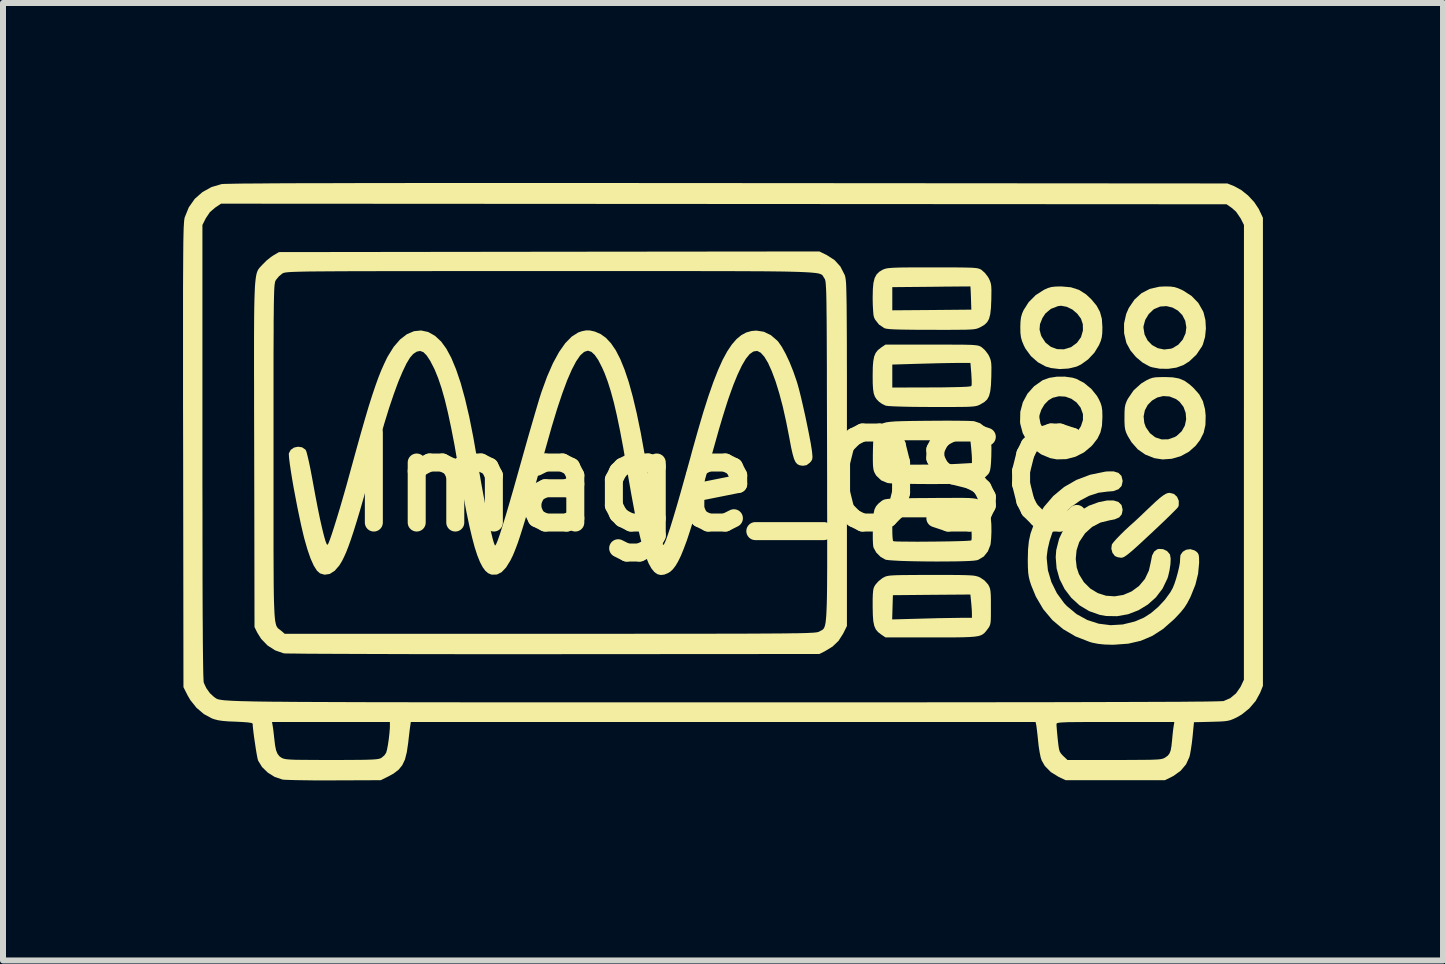
<source format=kicad_pcb>
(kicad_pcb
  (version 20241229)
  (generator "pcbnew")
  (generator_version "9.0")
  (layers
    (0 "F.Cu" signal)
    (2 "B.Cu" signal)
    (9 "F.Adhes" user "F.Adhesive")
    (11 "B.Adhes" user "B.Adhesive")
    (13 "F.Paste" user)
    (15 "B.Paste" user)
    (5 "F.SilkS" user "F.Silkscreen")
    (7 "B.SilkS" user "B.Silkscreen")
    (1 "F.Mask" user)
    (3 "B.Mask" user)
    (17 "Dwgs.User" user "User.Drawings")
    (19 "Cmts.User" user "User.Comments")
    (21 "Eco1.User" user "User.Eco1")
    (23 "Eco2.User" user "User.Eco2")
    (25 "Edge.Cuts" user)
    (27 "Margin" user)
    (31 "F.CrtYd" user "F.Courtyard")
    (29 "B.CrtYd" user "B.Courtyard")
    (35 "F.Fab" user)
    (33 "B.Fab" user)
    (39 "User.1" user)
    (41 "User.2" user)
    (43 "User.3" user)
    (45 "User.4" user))
  (footprint "Image_OSC"
    (layer "F.Cu")
    (at 9.001 4.979)
    (property "Reference" "Image_OSC" (at 0 0 0) (layer "F.SilkS") (effects (font (size 1.5 1.5) (thickness 0.3))))
    (attr board_only exclude_from_pos_files exclude_from_bom)
    (fp_poly (pts (xy 7.511 0.202) (xy 7.563 0.249) (xy 7.592 0.316) (xy 7.591 0.392) (xy 7.583 0.416) (xy 7.566 0.438) (xy 7.522 0.483) (xy 7.456 0.549) (xy 7.372 0.631) (xy 7.273 0.725) (xy 7.163 0.829) (xy 7.133 0.857) (xy 7.005 0.976) (xy 6.903 1.07) (xy 6.823 1.142) (xy 6.761 1.194) (xy 6.715 1.229) (xy 6.681 1.251) (xy 6.654 1.262) (xy 6.632 1.265) (xy 6.63 1.265) (xy 6.572 1.256) (xy 6.528 1.237) (xy 6.487 1.184) (xy 6.468 1.115) (xy 6.476 1.048) (xy 6.481 1.038) (xy 6.507 1.003) (xy 6.556 0.948) (xy 6.622 0.88) (xy 6.697 0.806) (xy 6.774 0.735) (xy 6.82 0.694) (xy 6.858 0.66) (xy 6.915 0.607) (xy 6.981 0.545) (xy 7.003 0.523) (xy 7.118 0.414) (xy 7.207 0.33) (xy 7.277 0.269) (xy 7.33 0.228) (xy 7.372 0.202) (xy 7.406 0.188) (xy 7.437 0.184) (xy 7.441 0.184)) (stroke (width 0) (type solid)) (fill yes) (layer "F.SilkS"))
    (fp_poly (pts (xy 7.452 -3.254) (xy 7.52 -3.245) (xy 7.583 -3.225) (xy 7.66 -3.19) (xy 7.661 -3.19) (xy 7.804 -3.098) (xy 7.917 -2.982) (xy 7.997 -2.841) (xy 8.005 -2.821) (xy 8.036 -2.695) (xy 8.044 -2.555) (xy 8.03 -2.415) (xy 7.994 -2.29) (xy 7.978 -2.256) (xy 7.885 -2.118) (xy 7.764 -2.005) (xy 7.668 -1.945) (xy 7.552 -1.903) (xy 7.416 -1.883) (xy 7.275 -1.885) (xy 7.146 -1.909) (xy 7.107 -1.922) (xy 6.99 -1.986) (xy 6.879 -2.079) (xy 6.786 -2.19) (xy 6.722 -2.308) (xy 6.718 -2.317) (xy 6.681 -2.475) (xy 6.68 -2.568) (xy 7.003 -2.568) (xy 7.022 -2.454) (xy 7.072 -2.356) (xy 7.147 -2.279) (xy 7.242 -2.227) (xy 7.348 -2.205) (xy 7.459 -2.218) (xy 7.487 -2.227) (xy 7.583 -2.284) (xy 7.658 -2.37) (xy 7.705 -2.475) (xy 7.718 -2.573) (xy 7.7 -2.683) (xy 7.651 -2.778) (xy 7.578 -2.853) (xy 7.487 -2.904) (xy 7.386 -2.928) (xy 7.282 -2.921) (xy 7.182 -2.879) (xy 7.17 -2.871) (xy 7.091 -2.795) (xy 7.033 -2.699) (xy 7.005 -2.596) (xy 7.003 -2.568) (xy 6.68 -2.568) (xy 6.68 -2.639) (xy 6.716 -2.799) (xy 6.758 -2.895) (xy 6.853 -3.036) (xy 6.969 -3.142) (xy 7.107 -3.214) (xy 7.266 -3.251) (xy 7.361 -3.256)) (stroke (width 0) (type solid)) (fill yes) (layer "F.SilkS"))
    (fp_poly (pts (xy 5.817 -1.736) (xy 5.885 -1.716) (xy 6.015 -1.647) (xy 6.134 -1.549) (xy 6.229 -1.431) (xy 6.262 -1.372) (xy 6.291 -1.308) (xy 6.308 -1.251) (xy 6.317 -1.185) (xy 6.319 -1.097) (xy 6.319 -1.072) (xy 6.312 -0.934) (xy 6.286 -0.822) (xy 6.238 -0.722) (xy 6.161 -0.622) (xy 6.135 -0.593) (xy 6.012 -0.49) (xy 5.87 -0.418) (xy 5.717 -0.378) (xy 5.56 -0.374) (xy 5.448 -0.395) (xy 5.3 -0.457) (xy 5.171 -0.551) (xy 5.067 -0.672) (xy 4.991 -0.813) (xy 4.95 -0.968) (xy 4.947 -0.999) (xy 4.949 -1.076) (xy 5.268 -1.076) (xy 5.287 -0.971) (xy 5.339 -0.871) (xy 5.418 -0.786) (xy 5.503 -0.733) (xy 5.567 -0.706) (xy 5.618 -0.697) (xy 5.674 -0.704) (xy 5.727 -0.717) (xy 5.821 -0.762) (xy 5.902 -0.836) (xy 5.962 -0.928) (xy 5.995 -1.03) (xy 5.995 -1.129) (xy 5.956 -1.236) (xy 5.889 -1.322) (xy 5.802 -1.384) (xy 5.701 -1.42) (xy 5.594 -1.426) (xy 5.49 -1.4) (xy 5.421 -1.359) (xy 5.353 -1.289) (xy 5.301 -1.201) (xy 5.271 -1.111) (xy 5.268 -1.076) (xy 4.949 -1.076) (xy 4.951 -1.167) (xy 4.993 -1.325) (xy 5.07 -1.468) (xy 5.179 -1.591) (xy 5.317 -1.689) (xy 5.333 -1.697) (xy 5.435 -1.733) (xy 5.56 -1.752) (xy 5.692 -1.753)) (stroke (width 0) (type solid)) (fill yes) (layer "F.SilkS"))
    (fp_poly (pts (xy 6.587 0.336) (xy 6.638 0.387) (xy 6.656 0.463) (xy 6.656 0.47) (xy 6.642 0.541) (xy 6.599 0.593) (xy 6.522 0.626) (xy 6.442 0.641) (xy 6.286 0.679) (xy 6.147 0.752) (xy 6.03 0.858) (xy 5.939 0.994) (xy 5.932 1.007) (xy 5.889 1.138) (xy 5.875 1.283) (xy 5.891 1.427) (xy 5.928 1.538) (xy 6.011 1.673) (xy 6.118 1.779) (xy 6.242 1.854) (xy 6.379 1.898) (xy 6.523 1.908) (xy 6.667 1.885) (xy 6.806 1.826) (xy 6.929 1.736) (xy 7.028 1.618) (xy 7.094 1.478) (xy 7.127 1.331) (xy 7.147 1.229) (xy 7.181 1.163) (xy 7.23 1.126) (xy 7.258 1.118) (xy 7.33 1.122) (xy 7.396 1.153) (xy 7.441 1.205) (xy 7.447 1.218) (xy 7.457 1.282) (xy 7.453 1.372) (xy 7.438 1.474) (xy 7.414 1.576) (xy 7.402 1.612) (xy 7.322 1.779) (xy 7.211 1.925) (xy 7.075 2.046) (xy 6.918 2.141) (xy 6.746 2.207) (xy 6.565 2.239) (xy 6.38 2.236) (xy 6.275 2.217) (xy 6.097 2.154) (xy 5.938 2.058) (xy 5.801 1.933) (xy 5.689 1.786) (xy 5.606 1.621) (xy 5.556 1.443) (xy 5.541 1.256) (xy 5.55 1.137) (xy 5.598 0.948) (xy 5.68 0.775) (xy 5.793 0.623) (xy 5.932 0.496) (xy 6.094 0.398) (xy 6.259 0.338) (xy 6.397 0.311) (xy 6.507 0.311)) (stroke (width 0) (type solid)) (fill yes) (layer "F.SilkS"))
    (fp_poly (pts (xy 7.492 -1.741) (xy 7.596 -1.722) (xy 7.685 -1.685) (xy 7.77 -1.625) (xy 7.837 -1.565) (xy 7.932 -1.458) (xy 7.994 -1.343) (xy 8.029 -1.211) (xy 8.04 -1.103) (xy 8.036 -0.947) (xy 8.006 -0.815) (xy 7.945 -0.695) (xy 7.873 -0.601) (xy 7.76 -0.501) (xy 7.624 -0.427) (xy 7.475 -0.384) (xy 7.322 -0.373) (xy 7.186 -0.394) (xy 7.034 -0.454) (xy 6.909 -0.541) (xy 6.804 -0.66) (xy 6.742 -0.763) (xy 6.716 -0.817) (xy 6.7 -0.866) (xy 6.691 -0.923) (xy 6.687 -1.001) (xy 6.687 -1.072) (xy 6.687 -1.091) (xy 7.006 -1.091) (xy 7.017 -0.982) (xy 7.043 -0.91) (xy 7.112 -0.81) (xy 7.201 -0.741) (xy 7.305 -0.707) (xy 7.415 -0.708) (xy 7.526 -0.747) (xy 7.559 -0.767) (xy 7.641 -0.843) (xy 7.693 -0.937) (xy 7.715 -1.042) (xy 7.707 -1.149) (xy 7.67 -1.25) (xy 7.604 -1.335) (xy 7.546 -1.379) (xy 7.438 -1.422) (xy 7.332 -1.429) (xy 7.233 -1.405) (xy 7.146 -1.354) (xy 7.075 -1.282) (xy 7.027 -1.193) (xy 7.006 -1.091) (xy 6.687 -1.091) (xy 6.688 -1.17) (xy 6.693 -1.24) (xy 6.704 -1.293) (xy 6.723 -1.343) (xy 6.743 -1.383) (xy 6.839 -1.524) (xy 6.964 -1.637) (xy 7.05 -1.69) (xy 7.104 -1.716) (xy 7.154 -1.733) (xy 7.21 -1.742) (xy 7.287 -1.745) (xy 7.361 -1.746)) (stroke (width 0) (type solid)) (fill yes) (layer "F.SilkS"))
    (fp_poly (pts (xy 5.793 -3.242) (xy 5.928 -3.199) (xy 6.048 -3.123) (xy 6.135 -3.041) (xy 6.223 -2.935) (xy 6.279 -2.831) (xy 6.31 -2.717) (xy 6.319 -2.579) (xy 6.319 -2.573) (xy 6.317 -2.477) (xy 6.308 -2.405) (xy 6.29 -2.342) (xy 6.262 -2.277) (xy 6.185 -2.151) (xy 6.082 -2.041) (xy 5.964 -1.956) (xy 5.889 -1.92) (xy 5.755 -1.888) (xy 5.608 -1.879) (xy 5.464 -1.896) (xy 5.376 -1.921) (xy 5.245 -1.992) (xy 5.129 -2.094) (xy 5.037 -2.219) (xy 5.011 -2.27) (xy 4.98 -2.344) (xy 4.962 -2.409) (xy 4.953 -2.482) (xy 4.952 -2.537) (xy 5.272 -2.537) (xy 5.295 -2.446) (xy 5.306 -2.42) (xy 5.372 -2.319) (xy 5.461 -2.249) (xy 5.565 -2.211) (xy 5.678 -2.208) (xy 5.791 -2.242) (xy 5.798 -2.245) (xy 5.896 -2.317) (xy 5.963 -2.411) (xy 5.995 -2.523) (xy 5.993 -2.626) (xy 5.962 -2.719) (xy 5.9 -2.802) (xy 5.819 -2.871) (xy 5.726 -2.916) (xy 5.632 -2.934) (xy 5.58 -2.928) (xy 5.461 -2.882) (xy 5.369 -2.805) (xy 5.319 -2.728) (xy 5.279 -2.627) (xy 5.272 -2.537) (xy 4.952 -2.537) (xy 4.951 -2.573) (xy 4.954 -2.669) (xy 4.963 -2.741) (xy 4.981 -2.804) (xy 5.005 -2.859) (xy 5.09 -2.993) (xy 5.206 -3.11) (xy 5.344 -3.199) (xy 5.348 -3.201) (xy 5.413 -3.23) (xy 5.473 -3.247) (xy 5.542 -3.254) (xy 5.635 -3.256)) (stroke (width 0) (type solid)) (fill yes) (layer "F.SilkS"))
    (fp_poly (pts (xy 3.878 -1.018) (xy 4 -1.017) (xy 4.096 -1.015) (xy 4.161 -1.012) (xy 4.182 -1.01) (xy 4.28 -0.977) (xy 4.365 -0.912) (xy 4.428 -0.824) (xy 4.451 -0.766) (xy 4.464 -0.685) (xy 4.47 -0.567) (xy 4.468 -0.429) (xy 4.463 -0.32) (xy 4.456 -0.243) (xy 4.447 -0.19) (xy 4.433 -0.152) (xy 4.418 -0.129) (xy 4.329 -0.04) (xy 4.222 0.013) (xy 4.194 0.021) (xy 4.153 0.025) (xy 4.076 0.029) (xy 3.972 0.032) (xy 3.845 0.035) (xy 3.702 0.036) (xy 3.55 0.037) (xy 3.395 0.037) (xy 3.242 0.036) (xy 3.099 0.034) (xy 2.971 0.032) (xy 2.864 0.029) (xy 2.785 0.025) (xy 2.741 0.02) (xy 2.739 0.02) (xy 2.634 -0.024) (xy 2.553 -0.1) (xy 2.526 -0.144) (xy 2.511 -0.178) (xy 2.502 -0.219) (xy 2.496 -0.274) (xy 2.494 -0.351) (xy 2.494 -0.458) (xy 2.495 -0.489) (xy 2.818 -0.489) (xy 2.818 -0.286) (xy 3.233 -0.286) (xy 3.38 -0.287) (xy 3.533 -0.289) (xy 3.68 -0.292) (xy 3.808 -0.295) (xy 3.897 -0.299) (xy 4.145 -0.313) (xy 4.145 -0.378) (xy 4.143 -0.435) (xy 4.137 -0.512) (xy 4.132 -0.568) (xy 4.119 -0.693) (xy 3.468 -0.693) (xy 2.818 -0.693) (xy 2.818 -0.489) (xy 2.495 -0.489) (xy 2.495 -0.51) (xy 2.498 -0.628) (xy 2.502 -0.712) (xy 2.508 -0.772) (xy 2.517 -0.813) (xy 2.53 -0.845) (xy 2.549 -0.873) (xy 2.575 -0.908) (xy 2.6 -0.937) (xy 2.629 -0.96) (xy 2.667 -0.977) (xy 2.716 -0.991) (xy 2.783 -1) (xy 2.871 -1.007) (xy 2.984 -1.011) (xy 3.128 -1.014) (xy 3.305 -1.016) (xy 3.41 -1.017) (xy 3.577 -1.018) (xy 3.735 -1.019)) (stroke (width 0) (type solid)) (fill yes) (layer "F.SilkS"))
    (fp_poly (pts (xy 3.67 -2.287) (xy 3.831 -2.286) (xy 3.959 -2.286) (xy 4.059 -2.284) (xy 4.135 -2.282) (xy 4.191 -2.278) (xy 4.231 -2.273) (xy 4.26 -2.267) (xy 4.281 -2.258) (xy 4.3 -2.248) (xy 4.31 -2.241) (xy 4.362 -2.194) (xy 4.412 -2.129) (xy 4.427 -2.103) (xy 4.446 -2.062) (xy 4.459 -2.022) (xy 4.467 -1.974) (xy 4.47 -1.91) (xy 4.469 -1.82) (xy 4.468 -1.746) (xy 4.462 -1.609) (xy 4.45 -1.506) (xy 4.43 -1.43) (xy 4.399 -1.373) (xy 4.353 -1.33) (xy 4.29 -1.293) (xy 4.288 -1.291) (xy 4.263 -1.279) (xy 4.238 -1.269) (xy 4.208 -1.262) (xy 4.169 -1.256) (xy 4.117 -1.252) (xy 4.047 -1.249) (xy 3.954 -1.248) (xy 3.834 -1.247) (xy 3.683 -1.247) (xy 3.495 -1.247) (xy 3.482 -1.247) (xy 3.279 -1.248) (xy 3.102 -1.25) (xy 2.953 -1.254) (xy 2.836 -1.258) (xy 2.754 -1.263) (xy 2.709 -1.269) (xy 2.705 -1.27) (xy 2.643 -1.301) (xy 2.596 -1.335) (xy 2.556 -1.376) (xy 2.528 -1.419) (xy 2.509 -1.472) (xy 2.498 -1.543) (xy 2.492 -1.64) (xy 2.491 -1.767) (xy 2.493 -1.906) (xy 2.496 -1.954) (xy 2.818 -1.954) (xy 2.818 -1.762) (xy 2.818 -1.571) (xy 3.471 -1.573) (xy 3.662 -1.574) (xy 3.824 -1.577) (xy 3.955 -1.58) (xy 4.052 -1.584) (xy 4.114 -1.59) (xy 4.136 -1.596) (xy 4.141 -1.624) (xy 4.141 -1.682) (xy 4.137 -1.76) (xy 4.135 -1.798) (xy 4.12 -1.981) (xy 3.901 -1.981) (xy 3.811 -1.98) (xy 3.69 -1.978) (xy 3.55 -1.975) (xy 3.401 -1.971) (xy 3.255 -1.967) (xy 3.25 -1.967) (xy 2.818 -1.954) (xy 2.496 -1.954) (xy 2.501 -2.011) (xy 2.516 -2.089) (xy 2.541 -2.148) (xy 2.577 -2.194) (xy 2.628 -2.234) (xy 2.631 -2.237) (xy 2.705 -2.287) (xy 3.473 -2.287)) (stroke (width 0) (type solid)) (fill yes) (layer "F.SilkS"))
    (fp_poly (pts (xy 3.661 1.552) (xy 3.817 1.552) (xy 3.94 1.553) (xy 4.036 1.555) (xy 4.109 1.558) (xy 4.164 1.562) (xy 4.204 1.568) (xy 4.235 1.576) (xy 4.261 1.585) (xy 4.281 1.594) (xy 4.355 1.644) (xy 4.413 1.709) (xy 4.415 1.711) (xy 4.433 1.744) (xy 4.446 1.778) (xy 4.454 1.821) (xy 4.459 1.88) (xy 4.461 1.965) (xy 4.461 2.083) (xy 4.461 2.084) (xy 4.461 2.2) (xy 4.46 2.283) (xy 4.456 2.341) (xy 4.448 2.381) (xy 4.435 2.412) (xy 4.417 2.44) (xy 4.404 2.457) (xy 4.378 2.491) (xy 4.354 2.518) (xy 4.327 2.54) (xy 4.293 2.558) (xy 4.248 2.571) (xy 4.188 2.58) (xy 4.109 2.586) (xy 4.007 2.59) (xy 3.878 2.592) (xy 3.716 2.593) (xy 3.519 2.593) (xy 3.467 2.593) (xy 2.705 2.593) (xy 2.631 2.543) (xy 2.58 2.503) (xy 2.543 2.459) (xy 2.518 2.402) (xy 2.502 2.326) (xy 2.499 2.293) (xy 2.816 2.293) (xy 3.292 2.28) (xy 3.441 2.276) (xy 3.588 2.272) (xy 3.726 2.27) (xy 3.843 2.268) (xy 3.933 2.267) (xy 3.956 2.266) (xy 4.145 2.266) (xy 4.145 2.198) (xy 4.143 2.139) (xy 4.137 2.061) (xy 4.132 2.004) (xy 4.119 1.878) (xy 3.473 1.883) (xy 2.828 1.889) (xy 2.822 2.091) (xy 2.816 2.293) (xy 2.499 2.293) (xy 2.494 2.225) (xy 2.491 2.091) (xy 2.491 2.067) (xy 2.491 1.952) (xy 2.494 1.87) (xy 2.499 1.813) (xy 2.507 1.772) (xy 2.521 1.74) (xy 2.538 1.713) (xy 2.586 1.658) (xy 2.649 1.608) (xy 2.665 1.598) (xy 2.688 1.586) (xy 2.71 1.576) (xy 2.738 1.569) (xy 2.775 1.563) (xy 2.826 1.559) (xy 2.895 1.556) (xy 2.987 1.554) (xy 3.105 1.553) (xy 3.255 1.552) (xy 3.441 1.552) (xy 3.47 1.552)) (stroke (width 0) (type solid)) (fill yes) (layer "F.SilkS"))
    (fp_poly (pts (xy 3.683 -3.573) (xy 3.841 -3.573) (xy 3.968 -3.572) (xy 4.066 -3.57) (xy 4.14 -3.568) (xy 4.195 -3.564) (xy 4.234 -3.559) (xy 4.262 -3.552) (xy 4.283 -3.544) (xy 4.302 -3.533) (xy 4.31 -3.527) (xy 4.362 -3.48) (xy 4.412 -3.415) (xy 4.427 -3.389) (xy 4.446 -3.348) (xy 4.459 -3.308) (xy 4.467 -3.261) (xy 4.47 -3.196) (xy 4.469 -3.106) (xy 4.468 -3.032) (xy 4.462 -2.895) (xy 4.45 -2.792) (xy 4.43 -2.716) (xy 4.399 -2.66) (xy 4.353 -2.616) (xy 4.29 -2.579) (xy 4.288 -2.578) (xy 4.263 -2.566) (xy 4.238 -2.556) (xy 4.209 -2.548) (xy 4.17 -2.542) (xy 4.118 -2.538) (xy 4.048 -2.535) (xy 3.955 -2.534) (xy 3.836 -2.533) (xy 3.685 -2.532) (xy 3.499 -2.533) (xy 3.472 -2.533) (xy 3.267 -2.533) (xy 3.099 -2.535) (xy 2.965 -2.537) (xy 2.861 -2.54) (xy 2.784 -2.544) (xy 2.73 -2.55) (xy 2.695 -2.557) (xy 2.685 -2.561) (xy 2.597 -2.62) (xy 2.531 -2.704) (xy 2.513 -2.742) (xy 2.504 -2.784) (xy 2.498 -2.857) (xy 2.493 -2.951) (xy 2.491 -3.056) (xy 2.491 -3.065) (xy 2.494 -3.207) (xy 2.497 -3.244) (xy 2.818 -3.244) (xy 2.818 -3.051) (xy 2.818 -2.858) (xy 3.476 -2.863) (xy 4.135 -2.869) (xy 4.129 -3.062) (xy 4.126 -3.145) (xy 4.123 -3.21) (xy 4.12 -3.249) (xy 4.119 -3.256) (xy 4.098 -3.256) (xy 4.041 -3.255) (xy 3.954 -3.255) (xy 3.84 -3.254) (xy 3.705 -3.253) (xy 3.553 -3.251) (xy 3.466 -3.25) (xy 2.818 -3.244) (xy 2.497 -3.244) (xy 2.504 -3.316) (xy 2.524 -3.396) (xy 2.556 -3.456) (xy 2.602 -3.501) (xy 2.654 -3.532) (xy 2.677 -3.543) (xy 2.702 -3.551) (xy 2.733 -3.558) (xy 2.776 -3.563) (xy 2.834 -3.567) (xy 2.911 -3.57) (xy 3.012 -3.572) (xy 3.141 -3.573) (xy 3.303 -3.573) (xy 3.488 -3.573)) (stroke (width 0) (type solid)) (fill yes) (layer "F.SilkS"))
    (fp_poly (pts (xy 4.021 0.268) (xy 4.096 0.27) (xy 4.153 0.274) (xy 4.194 0.279) (xy 4.226 0.286) (xy 4.252 0.295) (xy 4.276 0.305) (xy 4.279 0.307) (xy 4.35 0.349) (xy 4.401 0.401) (xy 4.435 0.47) (xy 4.456 0.563) (xy 4.467 0.688) (xy 4.469 0.724) (xy 4.47 0.832) (xy 4.466 0.936) (xy 4.458 1.02) (xy 4.453 1.052) (xy 4.411 1.159) (xy 4.343 1.244) (xy 4.254 1.298) (xy 4.23 1.306) (xy 4.183 1.313) (xy 4.103 1.319) (xy 3.994 1.323) (xy 3.864 1.326) (xy 3.718 1.327) (xy 3.562 1.328) (xy 3.403 1.327) (xy 3.246 1.325) (xy 3.098 1.322) (xy 2.965 1.318) (xy 2.852 1.312) (xy 2.766 1.306) (xy 2.714 1.299) (xy 2.705 1.297) (xy 2.622 1.25) (xy 2.552 1.18) (xy 2.507 1.1) (xy 2.5 1.071) (xy 2.496 1.026) (xy 2.493 0.951) (xy 2.493 0.855) (xy 2.494 0.783) (xy 2.818 0.783) (xy 2.819 0.867) (xy 2.823 0.936) (xy 2.829 0.979) (xy 2.833 0.988) (xy 2.856 0.992) (xy 2.915 0.995) (xy 3.002 0.996) (xy 3.112 0.997) (xy 3.238 0.998) (xy 3.375 0.997) (xy 3.517 0.996) (xy 3.658 0.994) (xy 3.79 0.992) (xy 3.91 0.989) (xy 4.01 0.986) (xy 4.084 0.982) (xy 4.127 0.978) (xy 4.135 0.976) (xy 4.14 0.951) (xy 4.141 0.895) (xy 4.138 0.818) (xy 4.135 0.777) (xy 4.12 0.592) (xy 3.469 0.592) (xy 2.818 0.592) (xy 2.818 0.783) (xy 2.494 0.783) (xy 2.494 0.749) (xy 2.494 0.74) (xy 2.499 0.616) (xy 2.507 0.525) (xy 2.522 0.458) (xy 2.547 0.408) (xy 2.584 0.365) (xy 2.636 0.322) (xy 2.642 0.318) (xy 2.658 0.307) (xy 2.677 0.298) (xy 2.703 0.291) (xy 2.74 0.285) (xy 2.793 0.281) (xy 2.866 0.278) (xy 2.962 0.275) (xy 3.087 0.273) (xy 3.243 0.271) (xy 3.437 0.27) (xy 3.444 0.27) (xy 3.639 0.268) (xy 3.797 0.268) (xy 3.923 0.267)) (stroke (width 0) (type solid)) (fill yes) (layer "F.SilkS"))
    (fp_poly (pts (xy 6.587 -0.149) (xy 6.637 -0.098) (xy 6.656 -0.019) (xy 6.656 -0.007) (xy 6.639 0.069) (xy 6.588 0.123) (xy 6.503 0.155) (xy 6.402 0.163) (xy 6.253 0.182) (xy 6.098 0.233) (xy 5.945 0.314) (xy 5.8 0.417) (xy 5.673 0.539) (xy 5.569 0.674) (xy 5.538 0.729) (xy 5.485 0.847) (xy 5.44 0.982) (xy 5.408 1.118) (xy 5.392 1.24) (xy 5.391 1.274) (xy 5.411 1.474) (xy 5.469 1.67) (xy 5.56 1.855) (xy 5.681 2.021) (xy 5.727 2.07) (xy 5.888 2.204) (xy 6.066 2.302) (xy 6.257 2.364) (xy 6.456 2.389) (xy 6.658 2.377) (xy 6.861 2.327) (xy 7.009 2.264) (xy 7.128 2.188) (xy 7.249 2.085) (xy 7.361 1.965) (xy 7.452 1.84) (xy 7.491 1.77) (xy 7.519 1.701) (xy 7.548 1.613) (xy 7.575 1.516) (xy 7.597 1.424) (xy 7.611 1.346) (xy 7.614 1.293) (xy 7.613 1.291) (xy 7.62 1.221) (xy 7.657 1.166) (xy 7.714 1.132) (xy 7.783 1.122) (xy 7.853 1.142) (xy 7.884 1.162) (xy 7.909 1.187) (xy 7.924 1.218) (xy 7.93 1.266) (xy 7.931 1.342) (xy 7.931 1.351) (xy 7.914 1.532) (xy 7.869 1.714) (xy 7.792 1.906) (xy 7.776 1.94) (xy 7.73 2.027) (xy 7.682 2.101) (xy 7.622 2.175) (xy 7.543 2.26) (xy 7.505 2.298) (xy 7.33 2.452) (xy 7.15 2.568) (xy 6.959 2.649) (xy 6.751 2.697) (xy 6.519 2.714) (xy 6.481 2.715) (xy 6.352 2.711) (xy 6.248 2.7) (xy 6.152 2.681) (xy 6.105 2.667) (xy 5.873 2.577) (xy 5.666 2.456) (xy 5.486 2.304) (xy 5.333 2.122) (xy 5.21 1.912) (xy 5.133 1.725) (xy 5.109 1.651) (xy 5.093 1.585) (xy 5.083 1.516) (xy 5.078 1.433) (xy 5.076 1.323) (xy 5.076 1.297) (xy 5.08 1.129) (xy 5.094 0.989) (xy 5.121 0.864) (xy 5.164 0.743) (xy 5.217 0.629) (xy 5.345 0.418) (xy 5.5 0.237) (xy 5.681 0.086) (xy 5.887 -0.032) (xy 6.115 -0.118) (xy 6.363 -0.169) (xy 6.394 -0.173) (xy 6.506 -0.174)) (stroke (width 0) (type solid)) (fill yes) (layer "F.SilkS"))
    (fp_poly (pts (xy 1.729 -3.777) (xy 1.856 -3.695) (xy 1.953 -3.588) (xy 2.023 -3.451) (xy 2.024 -3.45) (xy 2.029 -3.435) (xy 2.034 -3.417) (xy 2.038 -3.395) (xy 2.042 -3.367) (xy 2.046 -3.331) (xy 2.049 -3.284) (xy 2.051 -3.225) (xy 2.053 -3.151) (xy 2.055 -3.06) (xy 2.057 -2.951) (xy 2.058 -2.821) (xy 2.059 -2.669) (xy 2.06 -2.491) (xy 2.061 -2.287) (xy 2.061 -2.054) (xy 2.062 -1.79) (xy 2.062 -1.492) (xy 2.062 -1.16) (xy 2.062 -0.79) (xy 2.062 -0.473) (xy 2.062 2.403) (xy 2 2.528) (xy 1.923 2.649) (xy 1.823 2.745) (xy 1.695 2.823) (xy 1.603 2.869) (xy -2.818 2.872) (xy -3.241 2.872) (xy -3.654 2.872) (xy -4.054 2.872) (xy -4.441 2.872) (xy -4.812 2.871) (xy -5.165 2.871) (xy -5.498 2.87) (xy -5.809 2.869) (xy -6.097 2.868) (xy -6.359 2.867) (xy -6.594 2.866) (xy -6.8 2.865) (xy -6.974 2.864) (xy -7.116 2.862) (xy -7.222 2.861) (xy -7.292 2.86) (xy -7.322 2.858) (xy -7.323 2.858) (xy -7.465 2.809) (xy -7.593 2.727) (xy -7.7 2.616) (xy -7.764 2.513) (xy -7.81 2.42) (xy -7.813 0.59) (xy -7.493 0.59) (xy -7.493 0.88) (xy -7.493 1.136) (xy -7.492 1.362) (xy -7.491 1.56) (xy -7.49 1.731) (xy -7.488 1.877) (xy -7.485 2.001) (xy -7.481 2.104) (xy -7.477 2.19) (xy -7.472 2.258) (xy -7.466 2.313) (xy -7.458 2.355) (xy -7.45 2.387) (xy -7.44 2.411) (xy -7.429 2.428) (xy -7.417 2.442) (xy -7.403 2.453) (xy -7.387 2.465) (xy -7.37 2.478) (xy -7.307 2.532) (xy -2.882 2.532) (xy -2.382 2.532) (xy -1.92 2.532) (xy -1.496 2.532) (xy -1.108 2.531) (xy -0.754 2.531) (xy -0.434 2.531) (xy -0.144 2.531) (xy 0.117 2.53) (xy 0.349 2.53) (xy 0.556 2.529) (xy 0.737 2.528) (xy 0.896 2.527) (xy 1.033 2.526) (xy 1.151 2.524) (xy 1.25 2.523) (xy 1.333 2.521) (xy 1.402 2.519) (xy 1.457 2.516) (xy 1.5 2.514) (xy 1.533 2.511) (xy 1.558 2.508) (xy 1.576 2.504) (xy 1.589 2.501) (xy 1.599 2.496) (xy 1.604 2.493) (xy 1.623 2.483) (xy 1.639 2.475) (xy 1.654 2.466) (xy 1.667 2.455) (xy 1.679 2.439) (xy 1.689 2.417) (xy 1.698 2.387) (xy 1.706 2.346) (xy 1.712 2.293) (xy 1.718 2.225) (xy 1.722 2.141) (xy 1.726 2.038) (xy 1.729 1.916) (xy 1.731 1.77) (xy 1.732 1.6) (xy 1.733 1.404) (xy 1.733 1.18) (xy 1.733 0.925) (xy 1.733 0.637) (xy 1.732 0.315) (xy 1.732 -0.044) (xy 1.731 -0.44) (xy 1.731 -0.514) (xy 1.73 -0.91) (xy 1.729 -1.267) (xy 1.728 -1.587) (xy 1.728 -1.873) (xy 1.727 -2.126) (xy 1.726 -2.349) (xy 1.725 -2.543) (xy 1.724 -2.71) (xy 1.722 -2.853) (xy 1.721 -2.973) (xy 1.719 -3.073) (xy 1.717 -3.155) (xy 1.714 -3.22) (xy 1.711 -3.271) (xy 1.708 -3.31) (xy 1.705 -3.339) (xy 1.7 -3.36) (xy 1.696 -3.374) (xy 1.691 -3.384) (xy 1.685 -3.393) (xy 1.684 -3.394) (xy 1.676 -3.407) (xy 1.669 -3.419) (xy 1.662 -3.431) (xy 1.655 -3.441) (xy 1.644 -3.45) (xy 1.628 -3.459) (xy 1.607 -3.467) (xy 1.578 -3.474) (xy 1.539 -3.48) (xy 1.489 -3.485) (xy 1.427 -3.49) (xy 1.351 -3.494) (xy 1.258 -3.498) (xy 1.149 -3.501) (xy 1.02 -3.504) (xy 0.871 -3.506) (xy 0.699 -3.508) (xy 0.504 -3.509) (xy 0.283 -3.51) (xy 0.035 -3.511) (xy -0.242 -3.511) (xy -0.549 -3.512) (xy -0.887 -3.512) (xy -1.26 -3.512) (xy -1.667 -3.512) (xy -2.111 -3.512) (xy -2.594 -3.512) (xy -2.882 -3.512) (xy -3.381 -3.512) (xy -3.841 -3.512) (xy -4.263 -3.512) (xy -4.649 -3.512) (xy -5.001 -3.511) (xy -5.32 -3.511) (xy -5.608 -3.511) (xy -5.867 -3.51) (xy -6.098 -3.51) (xy -6.303 -3.509) (xy -6.483 -3.508) (xy -6.64 -3.507) (xy -6.776 -3.506) (xy -6.893 -3.505) (xy -6.991 -3.503) (xy -7.073 -3.501) (xy -7.141 -3.499) (xy -7.195 -3.497) (xy -7.238 -3.494) (xy -7.27 -3.491) (xy -7.295 -3.488) (xy -7.313 -3.484) (xy -7.326 -3.481) (xy -7.336 -3.476) (xy -7.344 -3.472) (xy -7.346 -3.471) (xy -7.403 -3.424) (xy -7.451 -3.366) (xy -7.453 -3.364) (xy -7.458 -3.354) (xy -7.464 -3.342) (xy -7.468 -3.327) (xy -7.472 -3.305) (xy -7.476 -3.276) (xy -7.479 -3.237) (xy -7.482 -3.186) (xy -7.484 -3.12) (xy -7.486 -3.039) (xy -7.488 -2.939) (xy -7.489 -2.819) (xy -7.491 -2.677) (xy -7.491 -2.51) (xy -7.492 -2.317) (xy -7.493 -2.096) (xy -7.493 -1.843) (xy -7.493 -1.559) (xy -7.493 -1.239) (xy -7.493 -0.883) (xy -7.493 -0.494) (xy -7.493 -0.095) (xy -7.493 0.266) (xy -7.493 0.59) (xy -7.813 0.59) (xy -7.815 -0.458) (xy -7.816 -0.867) (xy -7.817 -1.237) (xy -7.817 -1.57) (xy -7.818 -1.868) (xy -7.818 -2.134) (xy -7.818 -2.369) (xy -7.817 -2.575) (xy -7.816 -2.755) (xy -7.814 -2.91) (xy -7.811 -3.042) (xy -7.807 -3.154) (xy -7.803 -3.248) (xy -7.797 -3.325) (xy -7.79 -3.387) (xy -7.782 -3.438) (xy -7.773 -3.477) (xy -7.762 -3.509) (xy -7.75 -3.534) (xy -7.736 -3.554) (xy -7.721 -3.573) (xy -7.704 -3.591) (xy -7.685 -3.611) (xy -7.674 -3.623) (xy -7.61 -3.687) (xy -7.536 -3.746) (xy -7.496 -3.773) (xy -7.402 -3.828) (xy -2.899 -3.834) (xy 1.603 -3.839)) (stroke (width 0) (type solid)) (fill yes) (layer "F.SilkS"))
    (fp_poly (pts (xy -2.218 -2.522) (xy -2.144 -2.505) (xy -2.139 -2.504) (xy -2.043 -2.463) (xy -1.954 -2.399) (xy -1.87 -2.309) (xy -1.79 -2.192) (xy -1.715 -2.046) (xy -1.643 -1.869) (xy -1.573 -1.66) (xy -1.506 -1.417) (xy -1.44 -1.139) (xy -1.375 -0.824) (xy -1.311 -0.47) (xy -1.286 -0.327) (xy -1.248 -0.104) (xy -1.21 0.11) (xy -1.173 0.31) (xy -1.137 0.495) (xy -1.103 0.659) (xy -1.073 0.799) (xy -1.046 0.912) (xy -1.023 0.994) (xy -1.006 1.042) (xy -0.999 1.052) (xy -0.985 1.039) (xy -0.96 0.986) (xy -0.927 0.895) (xy -0.884 0.767) (xy -0.833 0.602) (xy -0.773 0.401) (xy -0.705 0.164) (xy -0.629 -0.108) (xy -0.544 -0.413) (xy -0.521 -0.5) (xy -0.424 -0.845) (xy -0.334 -1.152) (xy -0.248 -1.422) (xy -0.166 -1.657) (xy -0.087 -1.859) (xy -0.01 -2.031) (xy 0.067 -2.173) (xy 0.144 -2.288) (xy 0.222 -2.378) (xy 0.302 -2.444) (xy 0.385 -2.489) (xy 0.472 -2.513) (xy 0.552 -2.52) (xy 0.677 -2.501) (xy 0.795 -2.444) (xy 0.902 -2.352) (xy 0.919 -2.333) (xy 0.977 -2.249) (xy 1.041 -2.133) (xy 1.106 -1.995) (xy 1.167 -1.843) (xy 1.222 -1.685) (xy 1.235 -1.644) (xy 1.264 -1.54) (xy 1.297 -1.408) (xy 1.332 -1.257) (xy 1.368 -1.096) (xy 1.402 -0.933) (xy 1.433 -0.779) (xy 1.459 -0.641) (xy 1.477 -0.529) (xy 1.482 -0.487) (xy 1.488 -0.418) (xy 1.484 -0.376) (xy 1.466 -0.343) (xy 1.442 -0.317) (xy 1.39 -0.278) (xy 1.333 -0.268) (xy 1.314 -0.269) (xy 1.27 -0.277) (xy 1.235 -0.295) (xy 1.206 -0.328) (xy 1.181 -0.381) (xy 1.158 -0.46) (xy 1.133 -0.569) (xy 1.106 -0.713) (xy 1.104 -0.725) (xy 1.05 -0.999) (xy 0.994 -1.25) (xy 0.934 -1.476) (xy 0.873 -1.674) (xy 0.81 -1.843) (xy 0.748 -1.981) (xy 0.686 -2.084) (xy 0.625 -2.152) (xy 0.567 -2.181) (xy 0.564 -2.181) (xy 0.504 -2.172) (xy 0.442 -2.129) (xy 0.378 -2.051) (xy 0.311 -1.937) (xy 0.239 -1.785) (xy 0.173 -1.624) (xy 0.131 -1.509) (xy 0.086 -1.382) (xy 0.04 -1.239) (xy -0.011 -1.075) (xy -0.067 -0.887) (xy -0.128 -0.67) (xy -0.198 -0.421) (xy -0.257 -0.204) (xy -0.341 0.101) (xy -0.417 0.369) (xy -0.486 0.602) (xy -0.548 0.802) (xy -0.604 0.973) (xy -0.657 1.115) (xy -0.705 1.233) (xy -0.751 1.327) (xy -0.795 1.401) (xy -0.838 1.457) (xy -0.882 1.498) (xy -0.919 1.521) (xy -0.981 1.546) (xy -1.039 1.553) (xy -1.094 1.54) (xy -1.145 1.505) (xy -1.194 1.446) (xy -1.241 1.362) (xy -1.287 1.251) (xy -1.333 1.11) (xy -1.38 0.939) (xy -1.427 0.736) (xy -1.477 0.498) (xy -1.528 0.224) (xy -1.583 -0.088) (xy -1.613 -0.265) (xy -1.668 -0.582) (xy -1.721 -0.862) (xy -1.772 -1.107) (xy -1.822 -1.322) (xy -1.873 -1.509) (xy -1.924 -1.671) (xy -1.977 -1.813) (xy -2.019 -1.907) (xy -2.082 -2.03) (xy -2.141 -2.115) (xy -2.196 -2.166) (xy -2.25 -2.184) (xy -2.257 -2.185) (xy -2.317 -2.165) (xy -2.382 -2.107) (xy -2.45 -2.008) (xy -2.522 -1.871) (xy -2.599 -1.694) (xy -2.68 -1.476) (xy -2.766 -1.219) (xy -2.856 -0.922) (xy -2.909 -0.735) (xy -2.998 -0.419) (xy -3.076 -0.14) (xy -3.146 0.105) (xy -3.207 0.318) (xy -3.261 0.504) (xy -3.309 0.663) (xy -3.351 0.799) (xy -3.388 0.915) (xy -3.421 1.013) (xy -3.452 1.097) (xy -3.48 1.168) (xy -3.506 1.23) (xy -3.533 1.284) (xy -3.547 1.313) (xy -3.619 1.429) (xy -3.693 1.506) (xy -3.77 1.545) (xy -3.853 1.547) (xy -3.866 1.544) (xy -3.916 1.523) (xy -3.963 1.483) (xy -4.008 1.422) (xy -4.052 1.338) (xy -4.096 1.229) (xy -4.14 1.094) (xy -4.184 0.929) (xy -4.23 0.734) (xy -4.278 0.505) (xy -4.328 0.242) (xy -4.382 -0.059) (xy -4.421 -0.286) (xy -4.477 -0.612) (xy -4.533 -0.9) (xy -4.587 -1.153) (xy -4.64 -1.373) (xy -4.694 -1.563) (xy -4.749 -1.726) (xy -4.805 -1.864) (xy -4.816 -1.888) (xy -4.882 -2.016) (xy -4.941 -2.106) (xy -4.996 -2.161) (xy -5.051 -2.181) (xy -5.107 -2.169) (xy -5.165 -2.131) (xy -5.219 -2.069) (xy -5.279 -1.969) (xy -5.344 -1.833) (xy -5.415 -1.664) (xy -5.489 -1.462) (xy -5.567 -1.231) (xy -5.647 -0.972) (xy -5.729 -0.687) (xy -5.758 -0.582) (xy -5.844 -0.264) (xy -5.922 0.018) (xy -5.991 0.265) (xy -6.053 0.48) (xy -6.109 0.666) (xy -6.159 0.826) (xy -6.204 0.962) (xy -6.245 1.077) (xy -6.283 1.174) (xy -6.319 1.254) (xy -6.353 1.322) (xy -6.387 1.378) (xy -6.397 1.394) (xy -6.474 1.483) (xy -6.556 1.535) (xy -6.642 1.548) (xy -6.718 1.526) (xy -6.769 1.481) (xy -6.822 1.398) (xy -6.876 1.278) (xy -6.929 1.124) (xy -6.982 0.938) (xy -7 0.864) (xy -7.032 0.727) (xy -7.064 0.576) (xy -7.097 0.417) (xy -7.128 0.255) (xy -7.158 0.096) (xy -7.184 -0.054) (xy -7.206 -0.191) (xy -7.223 -0.307) (xy -7.234 -0.398) (xy -7.238 -0.458) (xy -7.237 -0.476) (xy -7.206 -0.533) (xy -7.151 -0.571) (xy -7.084 -0.585) (xy -7.017 -0.575) (xy -6.963 -0.538) (xy -6.954 -0.525) (xy -6.942 -0.493) (xy -6.925 -0.426) (xy -6.903 -0.332) (xy -6.879 -0.217) (xy -6.854 -0.086) (xy -6.84 -0.01) (xy -6.796 0.229) (xy -6.755 0.442) (xy -6.717 0.626) (xy -6.682 0.78) (xy -6.652 0.901) (xy -6.627 0.988) (xy -6.607 1.038) (xy -6.593 1.05) (xy -6.578 1.025) (xy -6.554 0.964) (xy -6.522 0.872) (xy -6.483 0.751) (xy -6.438 0.606) (xy -6.388 0.441) (xy -6.335 0.259) (xy -6.279 0.064) (xy -6.223 -0.14) (xy -6.195 -0.242) (xy -6.111 -0.547) (xy -6.036 -0.816) (xy -5.968 -1.052) (xy -5.907 -1.258) (xy -5.85 -1.438) (xy -5.797 -1.595) (xy -5.748 -1.732) (xy -5.7 -1.853) (xy -5.652 -1.961) (xy -5.605 -2.06) (xy -5.588 -2.092) (xy -5.49 -2.25) (xy -5.383 -2.373) (xy -5.27 -2.46) (xy -5.153 -2.51) (xy -5.034 -2.522) (xy -4.916 -2.497) (xy -4.801 -2.432) (xy -4.7 -2.338) (xy -4.614 -2.22) (xy -4.531 -2.066) (xy -4.452 -1.876) (xy -4.375 -1.649) (xy -4.302 -1.384) (xy -4.231 -1.081) (xy -4.163 -0.738) (xy -4.105 -0.406) (xy -4.07 -0.197) (xy -4.034 0.009) (xy -3.998 0.207) (xy -3.962 0.394) (xy -3.928 0.565) (xy -3.895 0.717) (xy -3.866 0.846) (xy -3.841 0.949) (xy -3.82 1.02) (xy -3.805 1.057) (xy -3.8 1.062) (xy -3.785 1.042) (xy -3.76 0.983) (xy -3.725 0.885) (xy -3.681 0.747) (xy -3.626 0.57) (xy -3.562 0.353) (xy -3.488 0.097) (xy -3.405 -0.198) (xy -3.346 -0.408) (xy -3.293 -0.596) (xy -3.24 -0.783) (xy -3.188 -0.962) (xy -3.14 -1.127) (xy -3.097 -1.273) (xy -3.061 -1.393) (xy -3.033 -1.481) (xy -3.03 -1.491) (xy -2.935 -1.752) (xy -2.837 -1.976) (xy -2.735 -2.163) (xy -2.631 -2.311) (xy -2.524 -2.42) (xy -2.415 -2.489) (xy -2.354 -2.51) (xy -2.28 -2.524)) (stroke (width 0) (type solid)) (fill yes) (layer "F.SilkS"))
    (fp_poly (pts (xy -3.301 -4.979) (xy -2.714 -4.979) (xy -2.089 -4.979) (xy -1.426 -4.979) (xy -0.723 -4.978) (xy 0.019 -4.978) (xy 0.082 -4.978) (xy 8.402 -4.972) (xy 8.521 -4.924) (xy 8.635 -4.861) (xy 8.748 -4.77) (xy 8.849 -4.661) (xy 8.926 -4.545) (xy 8.938 -4.519) (xy 8.994 -4.4) (xy 8.994 -0.5) (xy 8.994 3.4) (xy 8.947 3.517) (xy 8.873 3.652) (xy 8.767 3.776) (xy 8.64 3.878) (xy 8.559 3.925) (xy 8.504 3.951) (xy 8.456 3.97) (xy 8.408 3.982) (xy 8.349 3.99) (xy 8.27 3.995) (xy 8.162 3.998) (xy 8.134 3.999) (xy 7.845 4.006) (xy 7.822 4.244) (xy 7.81 4.351) (xy 7.795 4.453) (xy 7.78 4.539) (xy 7.769 4.585) (xy 7.713 4.708) (xy 7.623 4.815) (xy 7.505 4.9) (xy 7.478 4.914) (xy 7.361 4.972) (xy 6.534 4.972) (xy 5.707 4.972) (xy 5.592 4.918) (xy 5.46 4.837) (xy 5.36 4.735) (xy 5.308 4.645) (xy 5.29 4.589) (xy 5.273 4.505) (xy 5.257 4.403) (xy 5.249 4.329) (xy 5.239 4.231) (xy 5.229 4.144) (xy 5.221 4.079) (xy 5.216 4.048) (xy 5.214 4.042) (xy 5.554 4.042) (xy 5.556 4.079) (xy 5.561 4.145) (xy 5.569 4.231) (xy 5.575 4.292) (xy 5.586 4.388) (xy 5.596 4.452) (xy 5.609 4.496) (xy 5.629 4.528) (xy 5.657 4.559) (xy 5.667 4.569) (xy 5.737 4.635) (xy 6.518 4.635) (xy 6.718 4.635) (xy 6.881 4.634) (xy 7.012 4.633) (xy 7.114 4.632) (xy 7.192 4.629) (xy 7.25 4.626) (xy 7.291 4.621) (xy 7.322 4.614) (xy 7.344 4.606) (xy 7.363 4.596) (xy 7.366 4.594) (xy 7.408 4.564) (xy 7.437 4.527) (xy 7.457 4.476) (xy 7.47 4.402) (xy 7.481 4.298) (xy 7.489 4.211) (xy 7.498 4.131) (xy 7.506 4.074) (xy 7.507 4.068) (xy 7.518 4.002) (xy 6.536 4.002) (xy 6.311 4.002) (xy 6.122 4.002) (xy 5.968 4.003) (xy 5.845 4.004) (xy 5.749 4.005) (xy 5.677 4.008) (xy 5.625 4.011) (xy 5.59 4.015) (xy 5.569 4.02) (xy 5.558 4.027) (xy 5.554 4.035) (xy 5.554 4.042) (xy 5.214 4.042) (xy 5.206 4.002) (xy 0.001 4.002) (xy -5.205 4.002) (xy -5.215 4.068) (xy -5.222 4.117) (xy -5.231 4.193) (xy -5.242 4.286) (xy -5.249 4.349) (xy -5.272 4.505) (xy -5.303 4.628) (xy -5.348 4.723) (xy -5.41 4.799) (xy -5.493 4.862) (xy -5.571 4.905) (xy -5.706 4.972) (xy -6.482 4.975) (xy -6.66 4.975) (xy -6.829 4.975) (xy -6.982 4.973) (xy -7.116 4.971) (xy -7.224 4.968) (xy -7.303 4.965) (xy -7.346 4.961) (xy -7.347 4.96) (xy -7.473 4.918) (xy -7.588 4.846) (xy -7.684 4.753) (xy -7.749 4.647) (xy -7.75 4.645) (xy -7.76 4.608) (xy -7.773 4.54) (xy -7.788 4.451) (xy -7.803 4.35) (xy -7.818 4.248) (xy -7.83 4.153) (xy -7.838 4.077) (xy -7.841 4.029) (xy -7.861 4.018) (xy -7.921 4.009) (xy -8.016 4.002) (xy -7.518 4.002) (xy -7.507 4.068) (xy -7.498 4.125) (xy -7.489 4.202) (xy -7.482 4.267) (xy -7.468 4.386) (xy -7.451 4.472) (xy -7.427 4.531) (xy -7.396 4.572) (xy -7.365 4.595) (xy -7.346 4.605) (xy -7.324 4.613) (xy -7.295 4.62) (xy -7.254 4.625) (xy -7.197 4.629) (xy -7.121 4.632) (xy -7.02 4.633) (xy -6.891 4.634) (xy -6.73 4.635) (xy -6.532 4.635) (xy -6.527 4.635) (xy -6.326 4.635) (xy -6.162 4.634) (xy -6.031 4.633) (xy -5.929 4.631) (xy -5.851 4.628) (xy -5.793 4.624) (xy -5.752 4.619) (xy -5.723 4.612) (xy -5.702 4.604) (xy -5.696 4.6) (xy -5.647 4.56) (xy -5.616 4.514) (xy -5.602 4.463) (xy -5.587 4.385) (xy -5.573 4.291) (xy -5.562 4.195) (xy -5.555 4.109) (xy -5.554 4.078) (xy -5.554 4.002) (xy -6.536 4.002) (xy -7.518 4.002) (xy -8.016 4.002) (xy -8.02 4.002) (xy -8.121 3.997) (xy -8.247 3.992) (xy -8.342 3.984) (xy -8.416 3.973) (xy -8.478 3.957) (xy -8.519 3.943) (xy -8.654 3.87) (xy -8.777 3.765) (xy -8.88 3.636) (xy -8.924 3.56) (xy -8.994 3.422) (xy -8.999 -0.437) (xy -9 -0.907) (xy -9.001 -1.337) (xy -9.001 -1.731) (xy -9.001 -2.089) (xy -9.001 -2.412) (xy -9.001 -2.704) (xy -9.001 -2.966) (xy -9.001 -3.198) (xy -9 -3.404) (xy -8.999 -3.584) (xy -8.998 -3.742) (xy -8.997 -3.877) (xy -8.996 -3.992) (xy -8.994 -4.089) (xy -8.992 -4.17) (xy -8.99 -4.236) (xy -8.987 -4.28) (xy -8.678 -4.28) (xy -8.678 -0.5) (xy -8.678 -0.00047) (xy -8.677 0.459) (xy -8.677 0.88) (xy -8.676 1.263) (xy -8.676 1.61) (xy -8.675 1.922) (xy -8.674 2.2) (xy -8.672 2.445) (xy -8.671 2.658) (xy -8.669 2.84) (xy -8.667 2.992) (xy -8.665 3.116) (xy -8.663 3.213) (xy -8.66 3.284) (xy -8.658 3.329) (xy -8.654 3.35) (xy -8.654 3.351) (xy -8.613 3.438) (xy -8.553 3.522) (xy -8.487 3.583) (xy -8.482 3.586) (xy -8.472 3.594) (xy -8.463 3.6) (xy -8.454 3.607) (xy -8.443 3.613) (xy -8.431 3.619) (xy -8.415 3.624) (xy -8.395 3.629) (xy -8.368 3.633) (xy -8.335 3.638) (xy -8.294 3.642) (xy -8.243 3.645) (xy -8.181 3.649) (xy -8.108 3.652) (xy -8.022 3.655) (xy -7.922 3.657) (xy -7.807 3.66) (xy -7.675 3.662) (xy -7.526 3.664) (xy -7.357 3.665) (xy -7.169 3.667) (xy -6.96 3.668) (xy -6.728 3.669) (xy -6.473 3.67) (xy -6.193 3.671) (xy -5.887 3.672) (xy -5.554 3.672) (xy -5.193 3.673) (xy -4.802 3.673) (xy -4.381 3.674) (xy -3.928 3.674) (xy -3.442 3.674) (xy -2.922 3.674) (xy -2.366 3.674) (xy -1.774 3.674) (xy -1.145 3.674) (xy -0.476 3.674) (xy -0.014 3.674) (xy 0.746 3.674) (xy 1.465 3.674) (xy 2.145 3.674) (xy 2.786 3.674) (xy 3.389 3.674) (xy 3.953 3.673) (xy 4.481 3.673) (xy 4.971 3.672) (xy 5.426 3.672) (xy 5.845 3.671) (xy 6.23 3.67) (xy 6.58 3.669) (xy 6.896 3.668) (xy 7.18 3.667) (xy 7.431 3.666) (xy 7.65 3.665) (xy 7.837 3.663) (xy 7.994 3.662) (xy 8.121 3.66) (xy 8.219 3.658) (xy 8.288 3.656) (xy 8.328 3.654) (xy 8.339 3.653) (xy 8.45 3.605) (xy 8.546 3.525) (xy 8.62 3.419) (xy 8.629 3.401) (xy 8.677 3.298) (xy 8.677 -0.491) (xy 8.678 -4.28) (xy 8.622 -4.391) (xy 8.546 -4.502) (xy 8.477 -4.563) (xy 8.388 -4.625) (xy 0.011 -4.63) (xy -8.367 -4.635) (xy -8.466 -4.569) (xy -8.554 -4.493) (xy -8.619 -4.396) (xy -8.622 -4.391) (xy -8.678 -4.28) (xy -8.987 -4.28) (xy -8.987 -4.289) (xy -8.984 -4.33) (xy -8.981 -4.362) (xy -8.977 -4.386) (xy -8.974 -4.405) (xy -8.972 -4.409) (xy -8.905 -4.574) (xy -8.806 -4.715) (xy -8.678 -4.828) (xy -8.526 -4.912) (xy -8.36 -4.961) (xy -8.338 -4.963) (xy -8.293 -4.965) (xy -8.225 -4.966) (xy -8.132 -4.968) (xy -8.015 -4.97) (xy -7.871 -4.971) (xy -7.701 -4.972) (xy -7.504 -4.974) (xy -7.279 -4.975) (xy -7.024 -4.976) (xy -6.74 -4.976) (xy -6.425 -4.977) (xy -6.079 -4.978) (xy -5.701 -4.978) (xy -5.29 -4.979) (xy -4.845 -4.979) (xy -4.366 -4.979) (xy -3.852 -4.979)) (stroke (width 0) (type solid)) (fill yes) (layer "F.SilkS")))
  (gr_rect
    (start -3 -3)
    (end 20.996 12.955)
    (stroke (width 0.1) (type default))
    (fill no)
    (layer "Edge.Cuts")))
</source>
